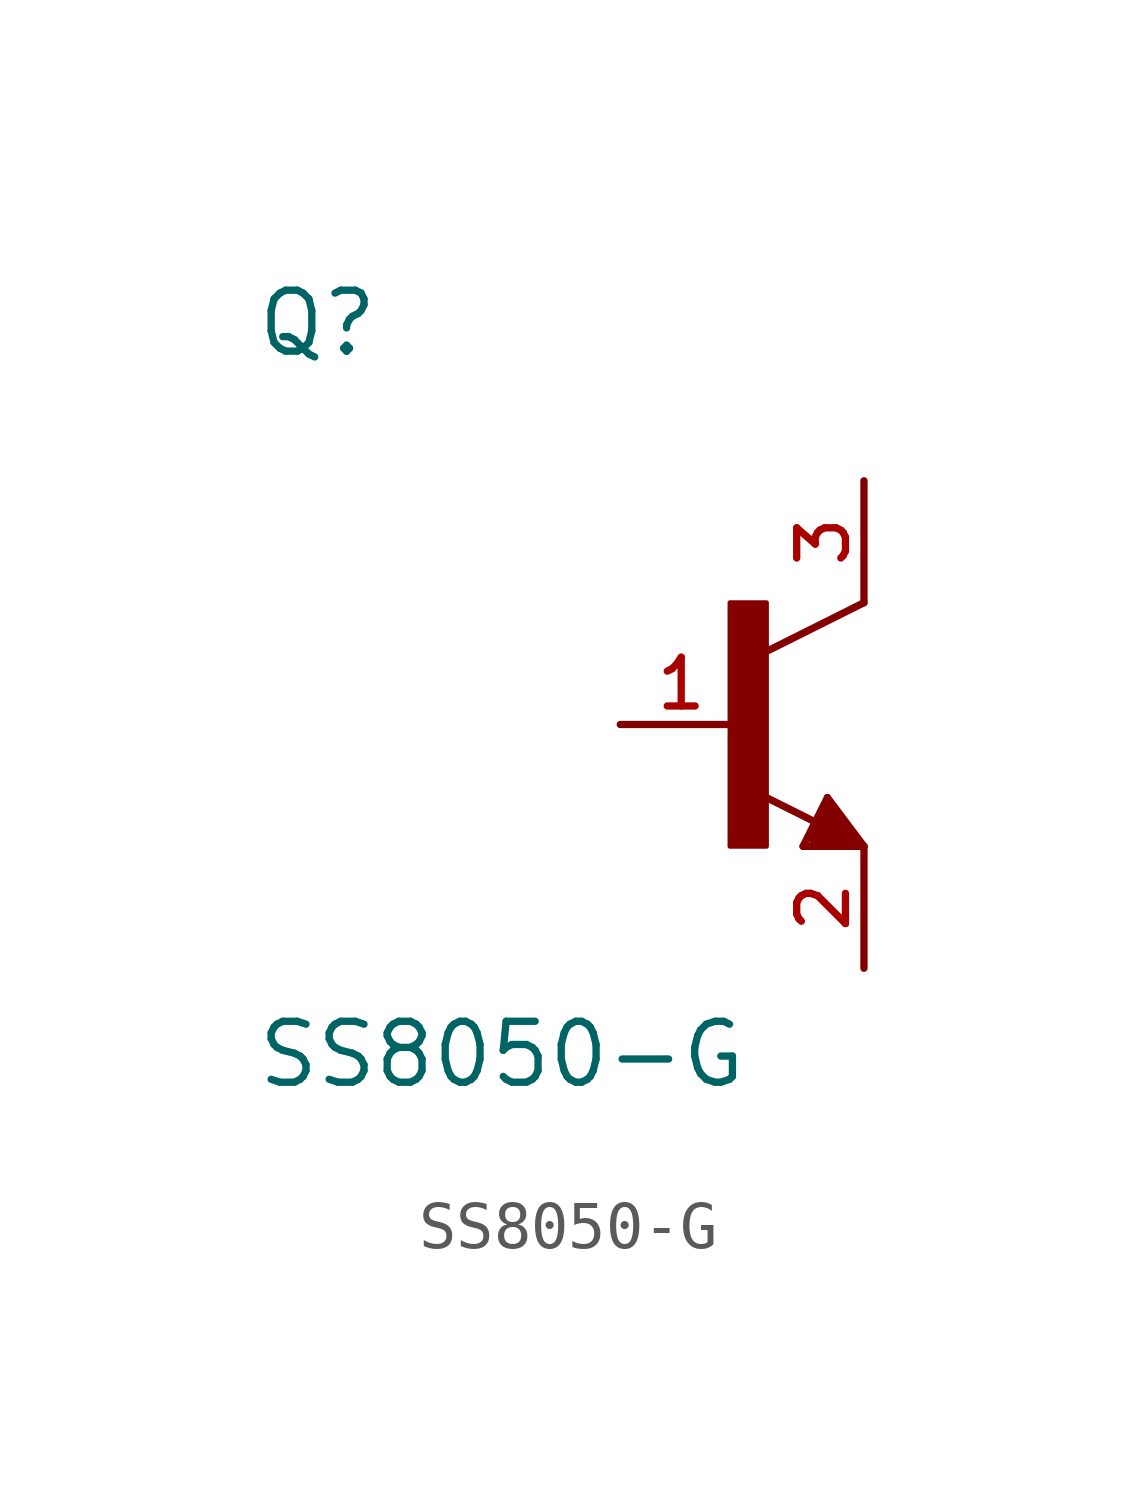
<source format=kicad_sym>
(kicad_symbol_lib
  (version 20211014)
  (generator kicad_symbol_editor)
  (symbol "SS8050-G"
    (pin_names
      (offset 1.016))
    (property "Reference" "Q"
      (at -10.16 7.62 0)
      (effects (font (size 1.27 1.27)) (justify bottom left)))
    (property "Value" "SS8050-G"
      (at -10.16 -7.62 0)
      (effects (font (size 1.27 1.27)) (justify bottom left)))
    (symbol "SS8050-G_0_0"
      (polyline (pts (xy 2.54 2.54) (xy 0.508 1.524)) (stroke (width 0.152)))
      (polyline (pts (xy 1.778 -1.524) (xy 2.54 -2.54)) (stroke (width 0.152)))
      (polyline (pts (xy 2.54 -2.54) (xy 1.27 -2.54)) (stroke (width 0.152)))
      (polyline (pts (xy 1.27 -2.54) (xy 1.778 -1.524)) (stroke (width 0.152)))
      (polyline (pts (xy 1.54 -2.04) (xy 0.308 -1.424)) (stroke (width 0.152)))
      (polyline (pts (xy 1.524 -2.413) (xy 2.286 -2.413)) (stroke (width 0.254)))
      (polyline (pts (xy 2.286 -2.413) (xy 1.778 -1.778)) (stroke (width 0.254)))
      (polyline (pts (xy 1.778 -1.778) (xy 1.524 -2.286)) (stroke (width 0.254)))
      (polyline (pts (xy 1.524 -2.286) (xy 1.905 -2.286)) (stroke (width 0.254)))
      (polyline (pts (xy 1.905 -2.286) (xy 1.778 -2.032)) (stroke (width 0.254)))
      (rectangle (start -0.254 -2.54) (end 0.508 2.54) (stroke (width 0.1)) (fill (type outline)))
      (pin passive line (at -2.54 0.0 0) (length 2.54) (name "~" (effects (font (size 1.016 1.016)))) (number "1" (effects (font (size 1.016 1.016)))))
      (pin passive line (at 2.54 -5.08 90.0) (length 2.54) (name "~" (effects (font (size 1.016 1.016)))) (number "2" (effects (font (size 1.016 1.016)))))
      (pin passive line (at 2.54 5.08 270.0) (length 2.54) (name "~" (effects (font (size 1.016 1.016)))) (number "3" (effects (font (size 1.016 1.016))))))))
</source>
